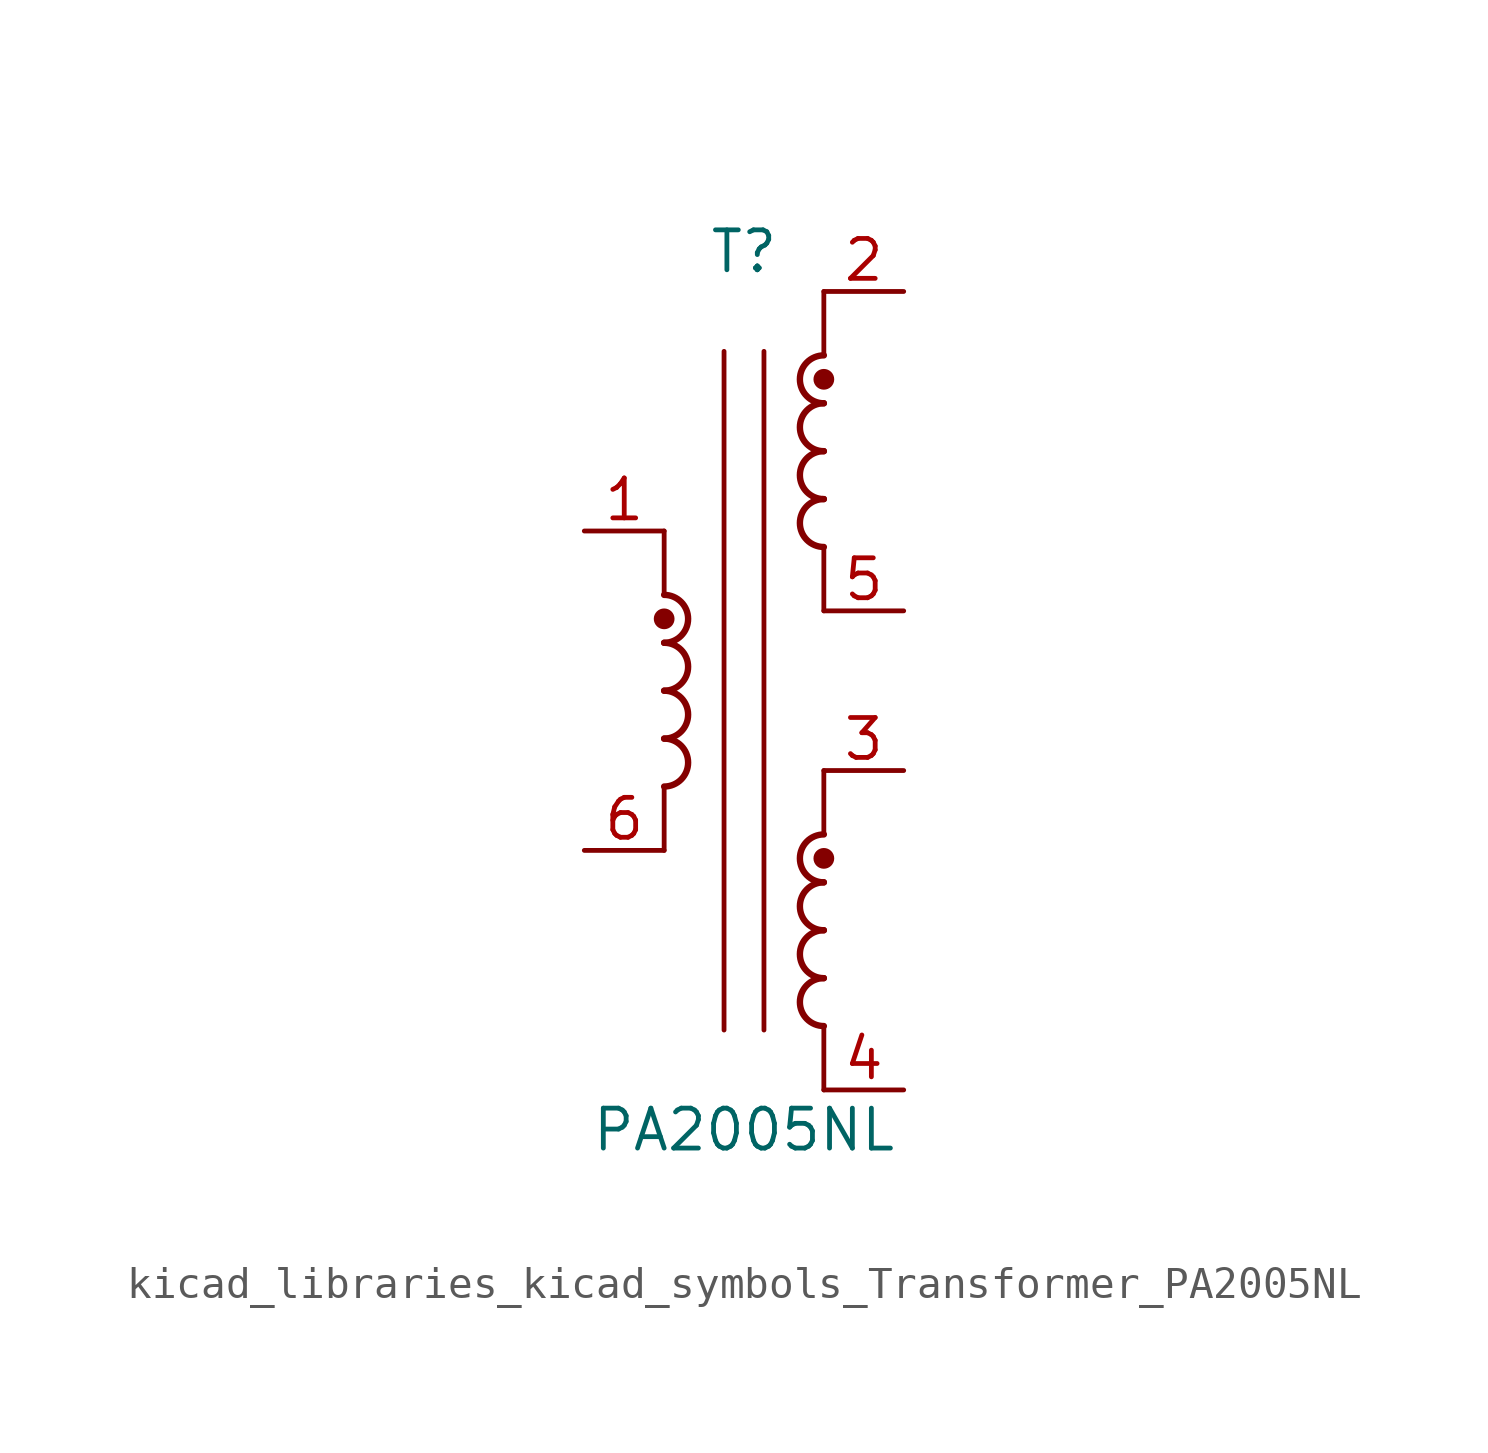
<source format=kicad_sym>
(kicad_symbol_lib
  (version 20220914)
  (generator kicad_symbol_editor)
  (symbol "kicad_libraries_kicad_symbols_Transformer_PA2005NL"
    (pin_names hide)
    (property "Reference" "T"
      (at 0 13.97 0)
      (effects (font (size 1.27 1.27))))
    (property "Value" "PA2005NL"
      (at 0 -13.97 0)
      (effects (font (size 1.27 1.27))))
    (symbol "kicad_libraries_kicad_symbols_Transformer_PA2005NL_0_1"
      (arc (start -2.54 -3.048) (mid -1.7813 -2.286) (end -2.54 -1.524) (stroke (width 0.2032) (type default)) (fill (type none)))
      (arc (start -2.54 -1.524) (mid -1.7813 -0.762) (end -2.54 0) (stroke (width 0.2032) (type default)) (fill (type none)))
      (arc (start -2.54 0) (mid -1.7813 0.762) (end -2.54 1.524) (stroke (width 0.2032) (type default)) (fill (type none)))
      (circle (center -2.54 2.286) (radius 0.254) (stroke (width 0) (type default)) (fill (type outline)))
      (polyline (pts (xy -2.54 -3.048) (xy -2.54 -5.08)) (stroke (width 0) (type default)) (fill (type none)))
      (polyline (pts (xy -2.54 5.08) (xy -2.54 3.048)) (stroke (width 0) (type default)) (fill (type none)))
      (polyline (pts (xy -0.635 10.795) (xy -0.635 -10.795)) (stroke (width 0) (type default)) (fill (type none)))
      (polyline (pts (xy 0.635 10.795) (xy 0.635 -10.795)) (stroke (width 0) (type default)) (fill (type none)))
      (polyline (pts (xy 2.54 -10.668) (xy 2.54 -12.7)) (stroke (width 0) (type default)) (fill (type none)))
      (polyline (pts (xy 2.54 -2.54) (xy 2.54 -4.572)) (stroke (width 0) (type default)) (fill (type none)))
      (polyline (pts (xy 2.54 4.572) (xy 2.54 2.54)) (stroke (width 0) (type default)) (fill (type none)))
      (polyline (pts (xy 2.54 12.7) (xy 2.54 10.668)) (stroke (width 0) (type default)) (fill (type none)))
      (arc (start 2.54 -9.144) (mid 1.7813 -9.906) (end 2.54 -10.668) (stroke (width 0.2032) (type default)) (fill (type none)))
      (arc (start 2.54 -7.62) (mid 1.7813 -8.382) (end 2.54 -9.144) (stroke (width 0.2032) (type default)) (fill (type none)))
      (arc (start 2.54 -6.096) (mid 1.7813 -6.858) (end 2.54 -7.62) (stroke (width 0.2032) (type default)) (fill (type none)))
      (circle (center 2.54 -5.334) (radius 0.254) (stroke (width 0) (type default)) (fill (type outline)))
      (arc (start 2.54 -4.572) (mid 1.7813 -5.334) (end 2.54 -6.096) (stroke (width 0.2032) (type default)) (fill (type none)))
      (arc (start 2.54 6.096) (mid 1.7813 5.334) (end 2.54 4.572) (stroke (width 0.2032) (type default)) (fill (type none)))
      (arc (start 2.54 7.62) (mid 1.7813 6.858) (end 2.54 6.096) (stroke (width 0.2032) (type default)) (fill (type none)))
      (arc (start 2.54 9.144) (mid 1.7813 8.382) (end 2.54 7.62) (stroke (width 0.2032) (type default)) (fill (type none)))
      (circle (center 2.54 9.906) (radius 0.254) (stroke (width 0) (type default)) (fill (type outline)))
      (arc (start 2.54 10.668) (mid 1.7813 9.906) (end 2.54 9.144) (stroke (width 0.2032) (type default)) (fill (type none))))
    (symbol "kicad_libraries_kicad_symbols_Transformer_PA2005NL_1_1"
      (arc (start -2.54 1.524) (mid -1.7813 2.286) (end -2.54 3.048) (stroke (width 0.2032) (type default)) (fill (type none)))
      (pin passive line (at -5.08 5.08 0) (length 2.54) (name "~" (effects (font (size 1.27 1.27)))) (number "1" (effects (font (size 1.27 1.27)))))
      (pin passive line (at 5.08 12.7 180) (length 2.54) (name "~" (effects (font (size 1.27 1.27)))) (number "2" (effects (font (size 1.27 1.27)))))
      (pin passive line (at 5.08 -2.54 180) (length 2.54) (name "~" (effects (font (size 1.27 1.27)))) (number "3" (effects (font (size 1.27 1.27)))))
      (pin passive line (at 5.08 -12.7 180) (length 2.54) (name "~" (effects (font (size 1.27 1.27)))) (number "4" (effects (font (size 1.27 1.27)))))
      (pin passive line (at 5.08 2.54 180) (length 2.54) (name "~" (effects (font (size 1.27 1.27)))) (number "5" (effects (font (size 1.27 1.27)))))
      (pin passive line (at -5.08 -5.08 0) (length 2.54) (name "~" (effects (font (size 1.27 1.27)))) (number "6" (effects (font (size 1.27 1.27))))))))
</source>
